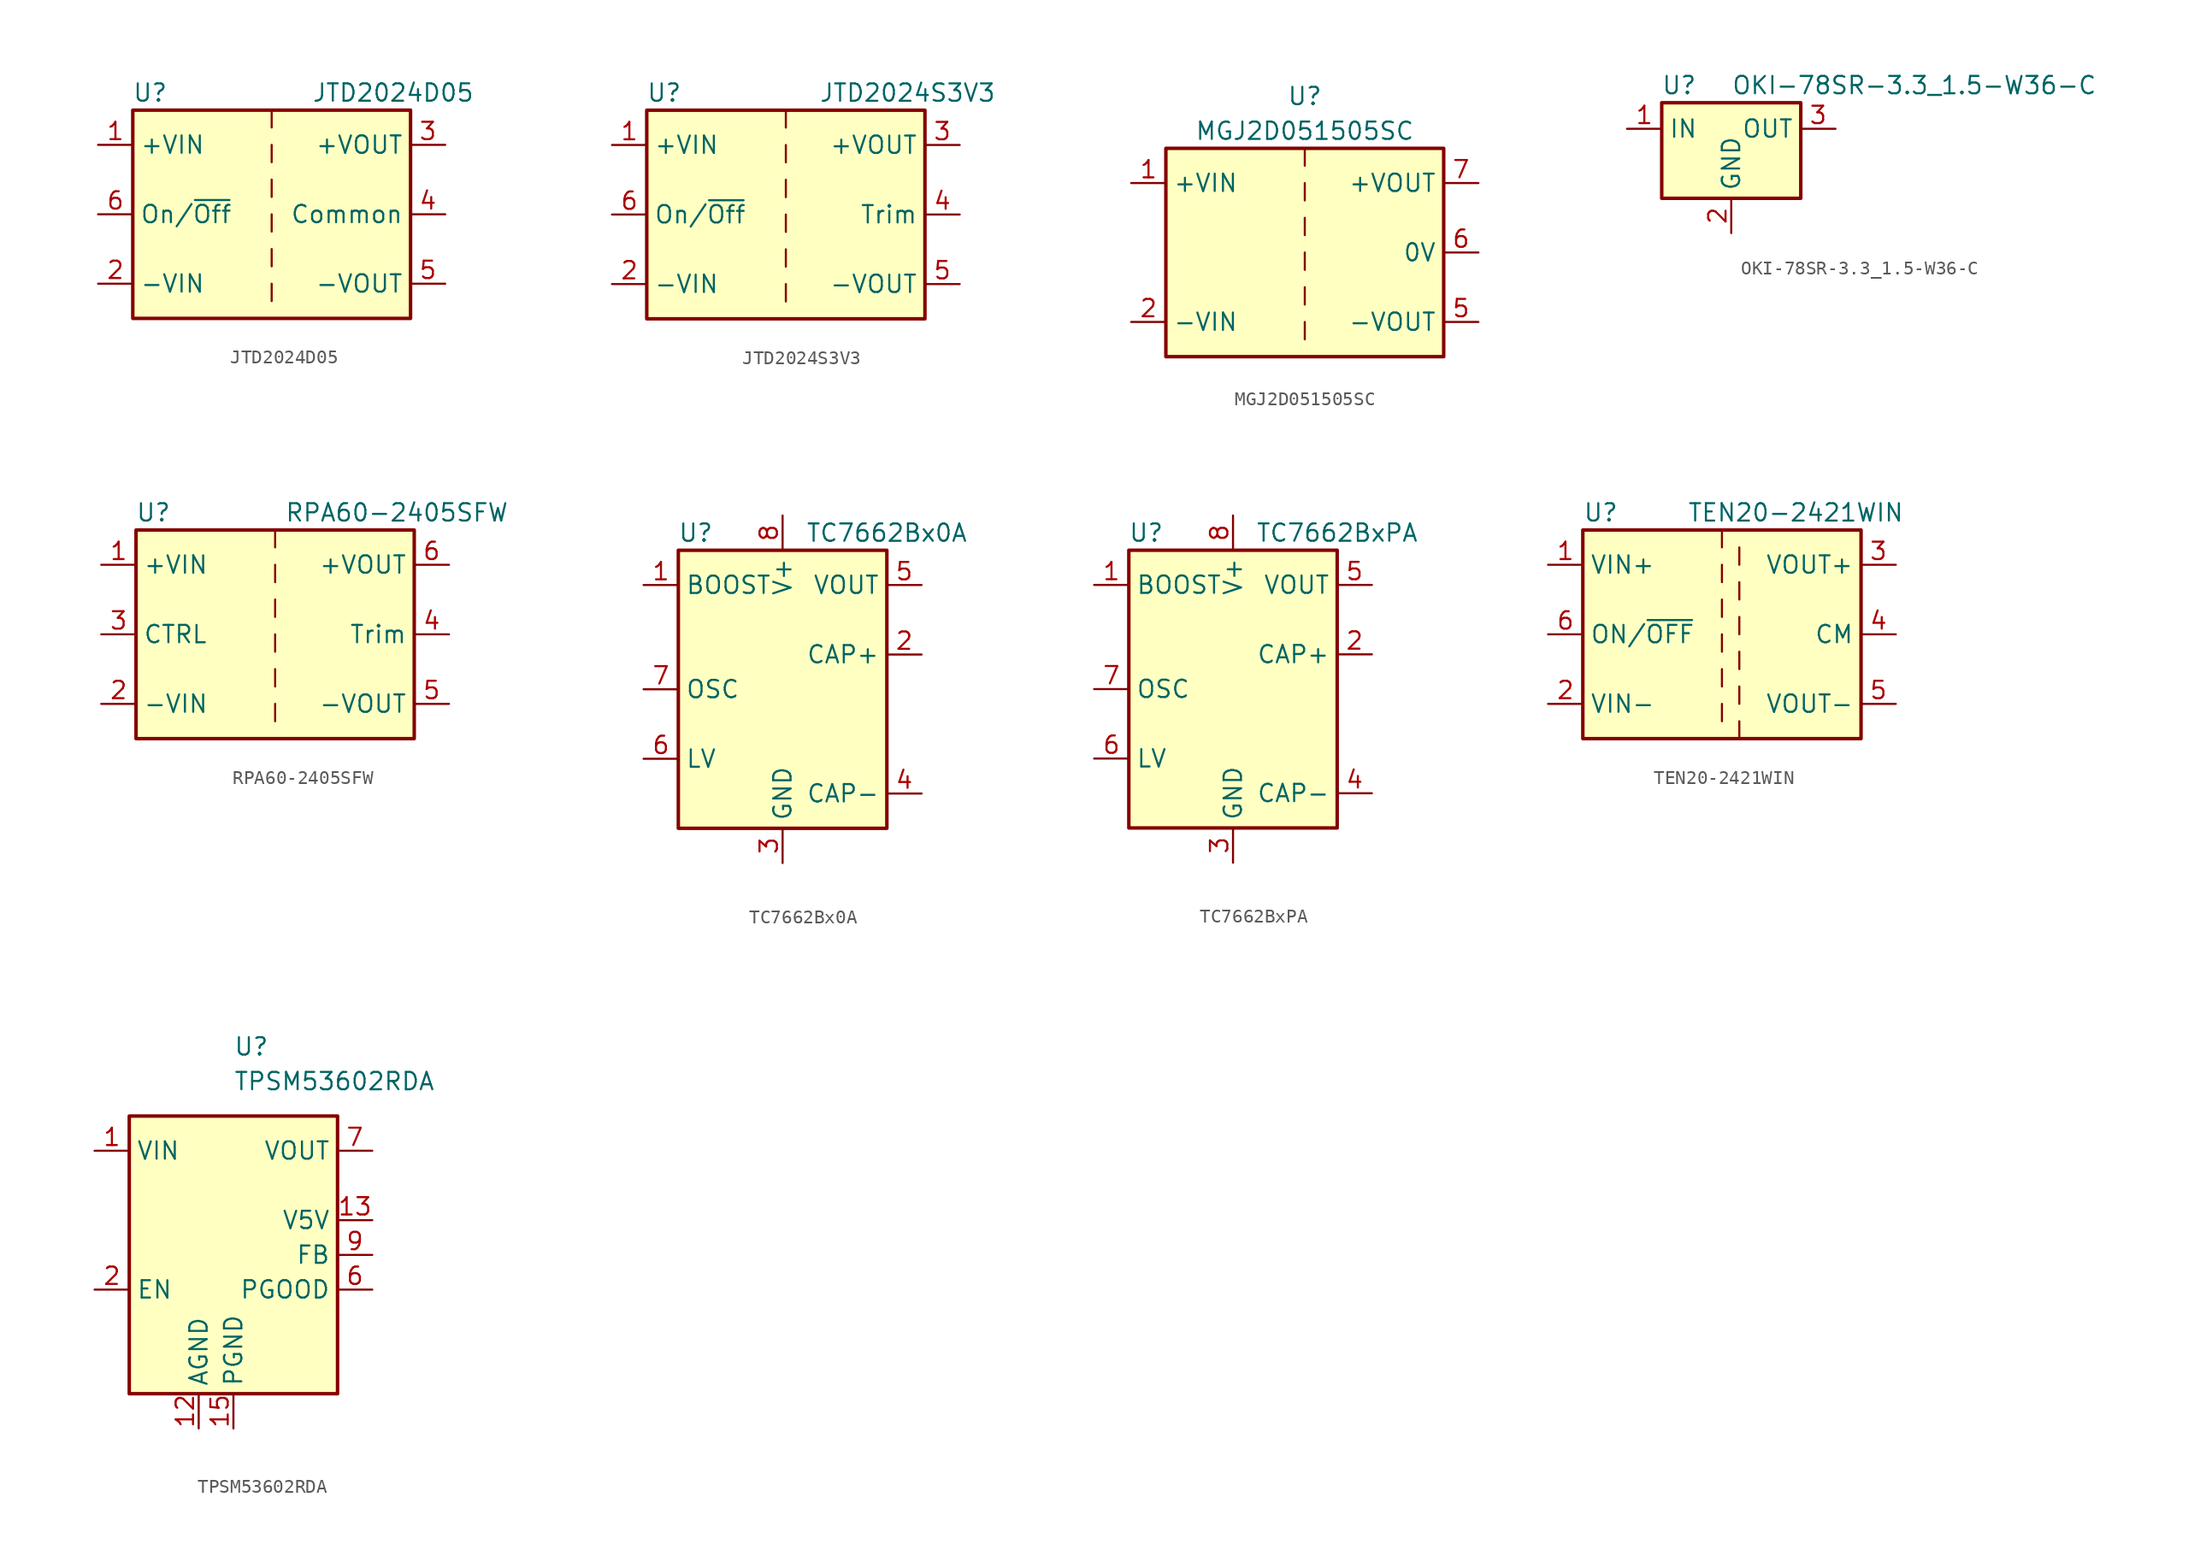
<source format=kicad_sym>
(kicad_symbol_lib
  (version 20201005)
  (generator kicad_symbol_editor)
  (symbol "Converter_DCDC:JTD2024D05"
    (property "Reference" "U"
      (at -8.89 8.89 0)
      (effects (font (size 1.27 1.27))))
    (property "Value" "JTD2024D05"
      (at 8.89 8.89 0)
      (effects (font (size 1.27 1.27))))
    (symbol "JTD2024D05_0_1"
      (rectangle (start -10.16 7.62) (end 10.16 -7.62) (stroke (width 0.254)) (fill (type background)))
      (polyline (pts (xy 0 -5.08) (xy 0 -6.35)) (stroke (width 0)) (fill (type none)))
      (polyline (pts (xy 0 -2.54) (xy 0 -3.81)) (stroke (width 0)) (fill (type none)))
      (polyline (pts (xy 0 0) (xy 0 -1.27)) (stroke (width 0)) (fill (type none)))
      (polyline (pts (xy 0 2.54) (xy 0 1.27)) (stroke (width 0)) (fill (type none)))
      (polyline (pts (xy 0 5.08) (xy 0 3.81)) (stroke (width 0)) (fill (type none)))
      (polyline (pts (xy 0 7.62) (xy 0 6.35)) (stroke (width 0)) (fill (type none))))
    (symbol "JTD2024D05_1_1"
      (pin power_in line (at -12.7 5.08 0) (length 2.54) (name "+VIN" (effects (font (size 1.27 1.27)))) (number "1" (effects (font (size 1.27 1.27)))))
      (pin power_in line (at -12.7 -5.08 0) (length 2.54) (name "-VIN" (effects (font (size 1.27 1.27)))) (number "2" (effects (font (size 1.27 1.27)))))
      (pin power_out line (at 12.7 5.08 180) (length 2.54) (name "+VOUT" (effects (font (size 1.27 1.27)))) (number "3" (effects (font (size 1.27 1.27)))))
      (pin power_out line (at 12.7 0 180) (length 2.54) (name "Common" (effects (font (size 1.27 1.27)))) (number "4" (effects (font (size 1.27 1.27)))))
      (pin power_out line (at 12.7 -5.08 180) (length 2.54) (name "-VOUT" (effects (font (size 1.27 1.27)))) (number "5" (effects (font (size 1.27 1.27)))))
      (pin input line (at -12.7 0 0) (length 2.54) (name "On/~Off" (effects (font (size 1.27 1.27)))) (number "6" (effects (font (size 1.27 1.27)))))))
  (symbol "Converter_DCDC:JTD2024S3V3"
    (property "Reference" "U"
      (at -8.89 8.89 0)
      (effects (font (size 1.27 1.27))))
    (property "Value" "JTD2024S3V3"
      (at 8.89 8.89 0)
      (effects (font (size 1.27 1.27))))
    (symbol "JTD2024S3V3_0_1"
      (rectangle (start -10.16 7.62) (end 10.16 -7.62) (stroke (width 0.254)) (fill (type background)))
      (polyline (pts (xy 0 -5.08) (xy 0 -6.35)) (stroke (width 0)) (fill (type none)))
      (polyline (pts (xy 0 -2.54) (xy 0 -3.81)) (stroke (width 0)) (fill (type none)))
      (polyline (pts (xy 0 0) (xy 0 -1.27)) (stroke (width 0)) (fill (type none)))
      (polyline (pts (xy 0 2.54) (xy 0 1.27)) (stroke (width 0)) (fill (type none)))
      (polyline (pts (xy 0 5.08) (xy 0 3.81)) (stroke (width 0)) (fill (type none)))
      (polyline (pts (xy 0 7.62) (xy 0 6.35)) (stroke (width 0)) (fill (type none))))
    (symbol "JTD2024S3V3_1_1"
      (pin power_in line (at -12.7 5.08 0) (length 2.54) (name "+VIN" (effects (font (size 1.27 1.27)))) (number "1" (effects (font (size 1.27 1.27)))))
      (pin power_in line (at -12.7 -5.08 0) (length 2.54) (name "-VIN" (effects (font (size 1.27 1.27)))) (number "2" (effects (font (size 1.27 1.27)))))
      (pin power_out line (at 12.7 5.08 180) (length 2.54) (name "+VOUT" (effects (font (size 1.27 1.27)))) (number "3" (effects (font (size 1.27 1.27)))))
      (pin input line (at 12.7 0 180) (length 2.54) (name "Trim" (effects (font (size 1.27 1.27)))) (number "4" (effects (font (size 1.27 1.27)))))
      (pin power_out line (at 12.7 -5.08 180) (length 2.54) (name "-VOUT" (effects (font (size 1.27 1.27)))) (number "5" (effects (font (size 1.27 1.27)))))
      (pin input line (at -12.7 0 0) (length 2.54) (name "On/~Off" (effects (font (size 1.27 1.27)))) (number "6" (effects (font (size 1.27 1.27)))))))
  (symbol "Converter_DCDC:MGJ2D051505SC"
    (property "Reference" "U"
      (at 0 11.43 0)
      (effects (font (size 1.27 1.27))))
    (property "Value" "MGJ2D051505SC"
      (at 0 8.89 0)
      (effects (font (size 1.27 1.27))))
    (symbol "MGJ2D051505SC_0_1"
      (rectangle (start -10.16 7.62) (end 10.16 -7.62) (stroke (width 0.254)) (fill (type background)))
      (polyline (pts (xy 0 -5.08) (xy 0 -6.35)) (stroke (width 0)) (fill (type none)))
      (polyline (pts (xy 0 -2.54) (xy 0 -3.81)) (stroke (width 0)) (fill (type none)))
      (polyline (pts (xy 0 0) (xy 0 -1.27)) (stroke (width 0)) (fill (type none)))
      (polyline (pts (xy 0 2.54) (xy 0 1.27)) (stroke (width 0)) (fill (type none)))
      (polyline (pts (xy 0 5.08) (xy 0 3.81)) (stroke (width 0)) (fill (type none)))
      (polyline (pts (xy 0 7.62) (xy 0 6.35)) (stroke (width 0)) (fill (type none))))
    (symbol "MGJ2D051505SC_1_1"
      (pin power_in line (at -12.7 5.08 0) (length 2.54) (name "+VIN" (effects (font (size 1.27 1.27)))) (number "1" (effects (font (size 1.27 1.27)))))
      (pin power_in line (at -12.7 -5.08 0) (length 2.54) (name "-VIN" (effects (font (size 1.27 1.27)))) (number "2" (effects (font (size 1.27 1.27)))))
      (pin power_out line (at 12.7 -5.08 180) (length 2.54) (name "-VOUT" (effects (font (size 1.27 1.27)))) (number "5" (effects (font (size 1.27 1.27)))))
      (pin power_out line (at 12.7 0 180) (length 2.54) (name "0V" (effects (font (size 1.27 1.27)))) (number "6" (effects (font (size 1.27 1.27)))))
      (pin power_out line (at 12.7 5.08 180) (length 2.54) (name "+VOUT" (effects (font (size 1.27 1.27)))) (number "7" (effects (font (size 1.27 1.27)))))))
  (symbol "Converter_DCDC:OKI-78SR-3.3_1.5-W36-C"
    (property "Reference" "U"
      (at -3.81 3.175 0)
      (effects (font (size 1.27 1.27))))
    (property "Value" "OKI-78SR-3.3_1.5-W36-C"
      (at 0 3.175 0)
      (effects (font (size 1.27 1.27)) (justify left)))
    (symbol "OKI-78SR-3.3_1.5-W36-C_0_1"
      (rectangle (start -5.08 1.905) (end 5.08 -5.08) (stroke (width 0.254)) (fill (type background))))
    (symbol "OKI-78SR-3.3_1.5-W36-C_1_1"
      (pin power_in line (at -7.62 0 0) (length 2.54) (name "IN" (effects (font (size 1.27 1.27)))) (number "1" (effects (font (size 1.27 1.27)))))
      (pin power_in line (at 0 -7.62 90) (length 2.54) (name "GND" (effects (font (size 1.27 1.27)))) (number "2" (effects (font (size 1.27 1.27)))))
      (pin power_out line (at 7.62 0 180) (length 2.54) (name "OUT" (effects (font (size 1.27 1.27)))) (number "3" (effects (font (size 1.27 1.27)))))))
  (symbol "Converter_DCDC:RPA60-2405SFW"
    (property "Reference" "U"
      (at -8.89 8.89 0)
      (effects (font (size 1.27 1.27))))
    (property "Value" "RPA60-2405SFW"
      (at 8.89 8.89 0)
      (effects (font (size 1.27 1.27))))
    (symbol "RPA60-2405SFW_0_1"
      (rectangle (start -10.16 7.62) (end 10.16 -7.62) (stroke (width 0.254)) (fill (type background)))
      (polyline (pts (xy 0 -5.08) (xy 0 -6.35)) (stroke (width 0)) (fill (type none)))
      (polyline (pts (xy 0 -2.54) (xy 0 -3.81)) (stroke (width 0)) (fill (type none)))
      (polyline (pts (xy 0 0) (xy 0 -1.27)) (stroke (width 0)) (fill (type none)))
      (polyline (pts (xy 0 2.54) (xy 0 1.27)) (stroke (width 0)) (fill (type none)))
      (polyline (pts (xy 0 5.08) (xy 0 3.81)) (stroke (width 0)) (fill (type none)))
      (polyline (pts (xy 0 7.62) (xy 0 6.35)) (stroke (width 0)) (fill (type none))))
    (symbol "RPA60-2405SFW_1_1"
      (pin power_in line (at -12.7 5.08 0) (length 2.54) (name "+VIN" (effects (font (size 1.27 1.27)))) (number "1" (effects (font (size 1.27 1.27)))))
      (pin power_in line (at -12.7 -5.08 0) (length 2.54) (name "-VIN" (effects (font (size 1.27 1.27)))) (number "2" (effects (font (size 1.27 1.27)))))
      (pin input line (at -12.7 0 0) (length 2.54) (name "CTRL" (effects (font (size 1.27 1.27)))) (number "3" (effects (font (size 1.27 1.27)))))
      (pin input line (at 12.7 0 180) (length 2.54) (name "Trim" (effects (font (size 1.27 1.27)))) (number "4" (effects (font (size 1.27 1.27)))))
      (pin power_out line (at 12.7 -5.08 180) (length 2.54) (name "-VOUT" (effects (font (size 1.27 1.27)))) (number "5" (effects (font (size 1.27 1.27)))))
      (pin power_out line (at 12.7 5.08 180) (length 2.54) (name "+VOUT" (effects (font (size 1.27 1.27)))) (number "6" (effects (font (size 1.27 1.27)))))))
  (symbol "Converter_DCDC:TC7662Bx0A"
    (property "Reference" "U"
      (at -6.35 11.43 0)
      (effects (font (size 1.27 1.27))))
    (property "Value" "TC7662Bx0A"
      (at 7.62 11.43 0)
      (effects (font (size 1.27 1.27))))
    (symbol "TC7662Bx0A_0_1"
      (rectangle (start -7.62 10.16) (end 7.62 -10.16) (stroke (width 0.254)) (fill (type background))))
    (symbol "TC7662Bx0A_1_1"
      (pin input line (at -10.16 7.62 0) (length 2.54) (name "BOOST" (effects (font (size 1.27 1.27)))) (number "1" (effects (font (size 1.27 1.27)))))
      (pin passive line (at 10.16 2.54 180) (length 2.54) (name "CAP+" (effects (font (size 1.27 1.27)))) (number "2" (effects (font (size 1.27 1.27)))))
      (pin power_in line (at 0 -12.7 90) (length 2.54) (name "GND" (effects (font (size 1.27 1.27)))) (number "3" (effects (font (size 1.27 1.27)))))
      (pin passive line (at 10.16 -7.62 180) (length 2.54) (name "CAP-" (effects (font (size 1.27 1.27)))) (number "4" (effects (font (size 1.27 1.27)))))
      (pin power_out line (at 10.16 7.62 180) (length 2.54) (name "VOUT" (effects (font (size 1.27 1.27)))) (number "5" (effects (font (size 1.27 1.27)))))
      (pin input line (at -10.16 -5.08 0) (length 2.54) (name "LV" (effects (font (size 1.27 1.27)))) (number "6" (effects (font (size 1.27 1.27)))))
      (pin passive line (at -10.16 0 0) (length 2.54) (name "OSC" (effects (font (size 1.27 1.27)))) (number "7" (effects (font (size 1.27 1.27)))))
      (pin power_in line (at 0 12.7 270) (length 2.54) (name "V+" (effects (font (size 1.27 1.27)))) (number "8" (effects (font (size 1.27 1.27)))))))
  (symbol "Converter_DCDC:TC7662BxPA"
    (property "Reference" "U"
      (at -6.35 11.43 0)
      (effects (font (size 1.27 1.27))))
    (property "Value" "TC7662BxPA"
      (at 7.62 11.43 0)
      (effects (font (size 1.27 1.27))))
    (symbol "TC7662BxPA_0_1"
      (rectangle (start -7.62 10.16) (end 7.62 -10.16) (stroke (width 0.254)) (fill (type background))))
    (symbol "TC7662BxPA_1_1"
      (pin input line (at -10.16 7.62 0) (length 2.54) (name "BOOST" (effects (font (size 1.27 1.27)))) (number "1" (effects (font (size 1.27 1.27)))))
      (pin passive line (at 10.16 2.54 180) (length 2.54) (name "CAP+" (effects (font (size 1.27 1.27)))) (number "2" (effects (font (size 1.27 1.27)))))
      (pin power_in line (at 0 -12.7 90) (length 2.54) (name "GND" (effects (font (size 1.27 1.27)))) (number "3" (effects (font (size 1.27 1.27)))))
      (pin passive line (at 10.16 -7.62 180) (length 2.54) (name "CAP-" (effects (font (size 1.27 1.27)))) (number "4" (effects (font (size 1.27 1.27)))))
      (pin power_out line (at 10.16 7.62 180) (length 2.54) (name "VOUT" (effects (font (size 1.27 1.27)))) (number "5" (effects (font (size 1.27 1.27)))))
      (pin input line (at -10.16 -5.08 0) (length 2.54) (name "LV" (effects (font (size 1.27 1.27)))) (number "6" (effects (font (size 1.27 1.27)))))
      (pin passive line (at -10.16 0 0) (length 2.54) (name "OSC" (effects (font (size 1.27 1.27)))) (number "7" (effects (font (size 1.27 1.27)))))
      (pin power_in line (at 0 12.7 270) (length 2.54) (name "V+" (effects (font (size 1.27 1.27)))) (number "8" (effects (font (size 1.27 1.27)))))))
  (symbol "Converter_DCDC:TEN20-2421WIN"
    (property "Reference" "U"
      (at -10.16 8.89 0)
      (effects (font (size 1.27 1.27)) (justify left)))
    (property "Value" "TEN20-2421WIN"
      (at -2.54 8.89 0)
      (effects (font (size 1.27 1.27)) (justify left)))
    (symbol "TEN20-2421WIN_0_1"
      (rectangle (start -10.16 7.62) (end 10.16 -7.62) (stroke (width 0.254)) (fill (type background)))
      (polyline (pts (xy 0 -5.08) (xy 0 -6.35)) (stroke (width 0)) (fill (type none)))
      (polyline (pts (xy 0 -2.54) (xy 0 -3.81)) (stroke (width 0)) (fill (type none)))
      (polyline (pts (xy 0 0) (xy 0 -1.27)) (stroke (width 0)) (fill (type none)))
      (polyline (pts (xy 0 2.54) (xy 0 1.27)) (stroke (width 0)) (fill (type none)))
      (polyline (pts (xy 0 5.08) (xy 0 3.81)) (stroke (width 0)) (fill (type none)))
      (polyline (pts (xy 0 7.62) (xy 0 6.35)) (stroke (width 0)) (fill (type none)))
      (polyline (pts (xy 1.27 -7.62) (xy 1.27 -6.35)) (stroke (width 0)) (fill (type none)))
      (polyline (pts (xy 1.27 -5.08) (xy 1.27 -3.81)) (stroke (width 0)) (fill (type none)))
      (polyline (pts (xy 1.27 -2.54) (xy 1.27 -1.27)) (stroke (width 0)) (fill (type none)))
      (polyline (pts (xy 1.27 0) (xy 1.27 1.27)) (stroke (width 0)) (fill (type none)))
      (polyline (pts (xy 1.27 2.54) (xy 1.27 3.81)) (stroke (width 0)) (fill (type none)))
      (polyline (pts (xy 1.27 5.08) (xy 1.27 6.35)) (stroke (width 0)) (fill (type none))))
    (symbol "TEN20-2421WIN_1_1"
      (pin power_in line (at -12.7 5.08 0) (length 2.54) (name "VIN+" (effects (font (size 1.27 1.27)))) (number "1" (effects (font (size 1.27 1.27)))))
      (pin power_in line (at -12.7 -5.08 0) (length 2.54) (name "VIN-" (effects (font (size 1.27 1.27)))) (number "2" (effects (font (size 1.27 1.27)))))
      (pin power_out line (at 12.7 5.08 180) (length 2.54) (name "VOUT+" (effects (font (size 1.27 1.27)))) (number "3" (effects (font (size 1.27 1.27)))))
      (pin power_out line (at 12.7 0 180) (length 2.54) (name "CM" (effects (font (size 1.27 1.27)))) (number "4" (effects (font (size 1.27 1.27)))))
      (pin power_out line (at 12.7 -5.08 180) (length 2.54) (name "VOUT-" (effects (font (size 1.27 1.27)))) (number "5" (effects (font (size 1.27 1.27)))))
      (pin input line (at -12.7 0 0) (length 2.54) (name "ON/~OFF" (effects (font (size 1.27 1.27)))) (number "6" (effects (font (size 1.27 1.27)))))))
  (symbol "Converter_DCDC:TPSM53602RDA"
    (property "Reference" "U"
      (at 0 15.24 0)
      (effects (font (size 1.27 1.27)) (justify left)))
    (property "Value" "TPSM53602RDA"
      (at 0 12.7 0)
      (effects (font (size 1.27 1.27)) (justify left)))
    (symbol "TPSM53602RDA_0_1"
      (rectangle (start 7.62 10.16) (end -7.62 -10.16) (stroke (width 0.254)) (fill (type background))))
    (symbol "TPSM53602RDA_1_1"
      (pin power_in line (at -10.16 7.62 0) (length 2.54) (name "VIN" (effects (font (size 1.27 1.27)))) (number "1" (effects (font (size 1.27 1.27)))))
      (pin passive line (at 0 -12.7 90) (length 2.54) hide (name "PGND" (effects (font (size 1.27 1.27)))) (number "10" (effects (font (size 1.27 1.27)))))
      (pin passive line (at 0 -12.7 90) (length 2.54) hide (name "PGND" (effects (font (size 1.27 1.27)))) (number "11" (effects (font (size 1.27 1.27)))))
      (pin power_in line (at -2.54 -12.7 90) (length 2.54) (name "AGND" (effects (font (size 1.27 1.27)))) (number "12" (effects (font (size 1.27 1.27)))))
      (pin output line (at 10.16 2.54 180) (length 2.54) (name "V5V" (effects (font (size 1.27 1.27)))) (number "13" (effects (font (size 1.27 1.27)))))
      (pin passive line (at -10.16 7.62 0) (length 2.54) hide (name "VIN" (effects (font (size 1.27 1.27)))) (number "14" (effects (font (size 1.27 1.27)))))
      (pin power_in line (at 0 -12.7 90) (length 2.54) (name "PGND" (effects (font (size 1.27 1.27)))) (number "15" (effects (font (size 1.27 1.27)))))
      (pin input line (at -10.16 -2.54 0) (length 2.54) (name "EN" (effects (font (size 1.27 1.27)))) (number "2" (effects (font (size 1.27 1.27)))))
      (pin passive line (at 0 -12.7 90) (length 2.54) hide (name "PGND" (effects (font (size 1.27 1.27)))) (number "3" (effects (font (size 1.27 1.27)))))
      (pin no_connect line (at -7.62 2.54 0) (length 2.54) hide (name "DNC" (effects (font (size 1.27 1.27)))) (number "4" (effects (font (size 1.27 1.27)))))
      (pin no_connect line (at -7.62 0 0) (length 2.54) hide (name "DNC" (effects (font (size 1.27 1.27)))) (number "5" (effects (font (size 1.27 1.27)))))
      (pin open_collector line (at 10.16 -2.54 180) (length 2.54) (name "PGOOD" (effects (font (size 1.27 1.27)))) (number "6" (effects (font (size 1.27 1.27)))))
      (pin power_out line (at 10.16 7.62 180) (length 2.54) (name "VOUT" (effects (font (size 1.27 1.27)))) (number "7" (effects (font (size 1.27 1.27)))))
      (pin passive line (at 10.16 7.62 180) (length 2.54) hide (name "VOUT" (effects (font (size 1.27 1.27)))) (number "8" (effects (font (size 1.27 1.27)))))
      (pin input line (at 10.16 0 180) (length 2.54) (name "FB" (effects (font (size 1.27 1.27)))) (number "9" (effects (font (size 1.27 1.27))))))))
</source>
